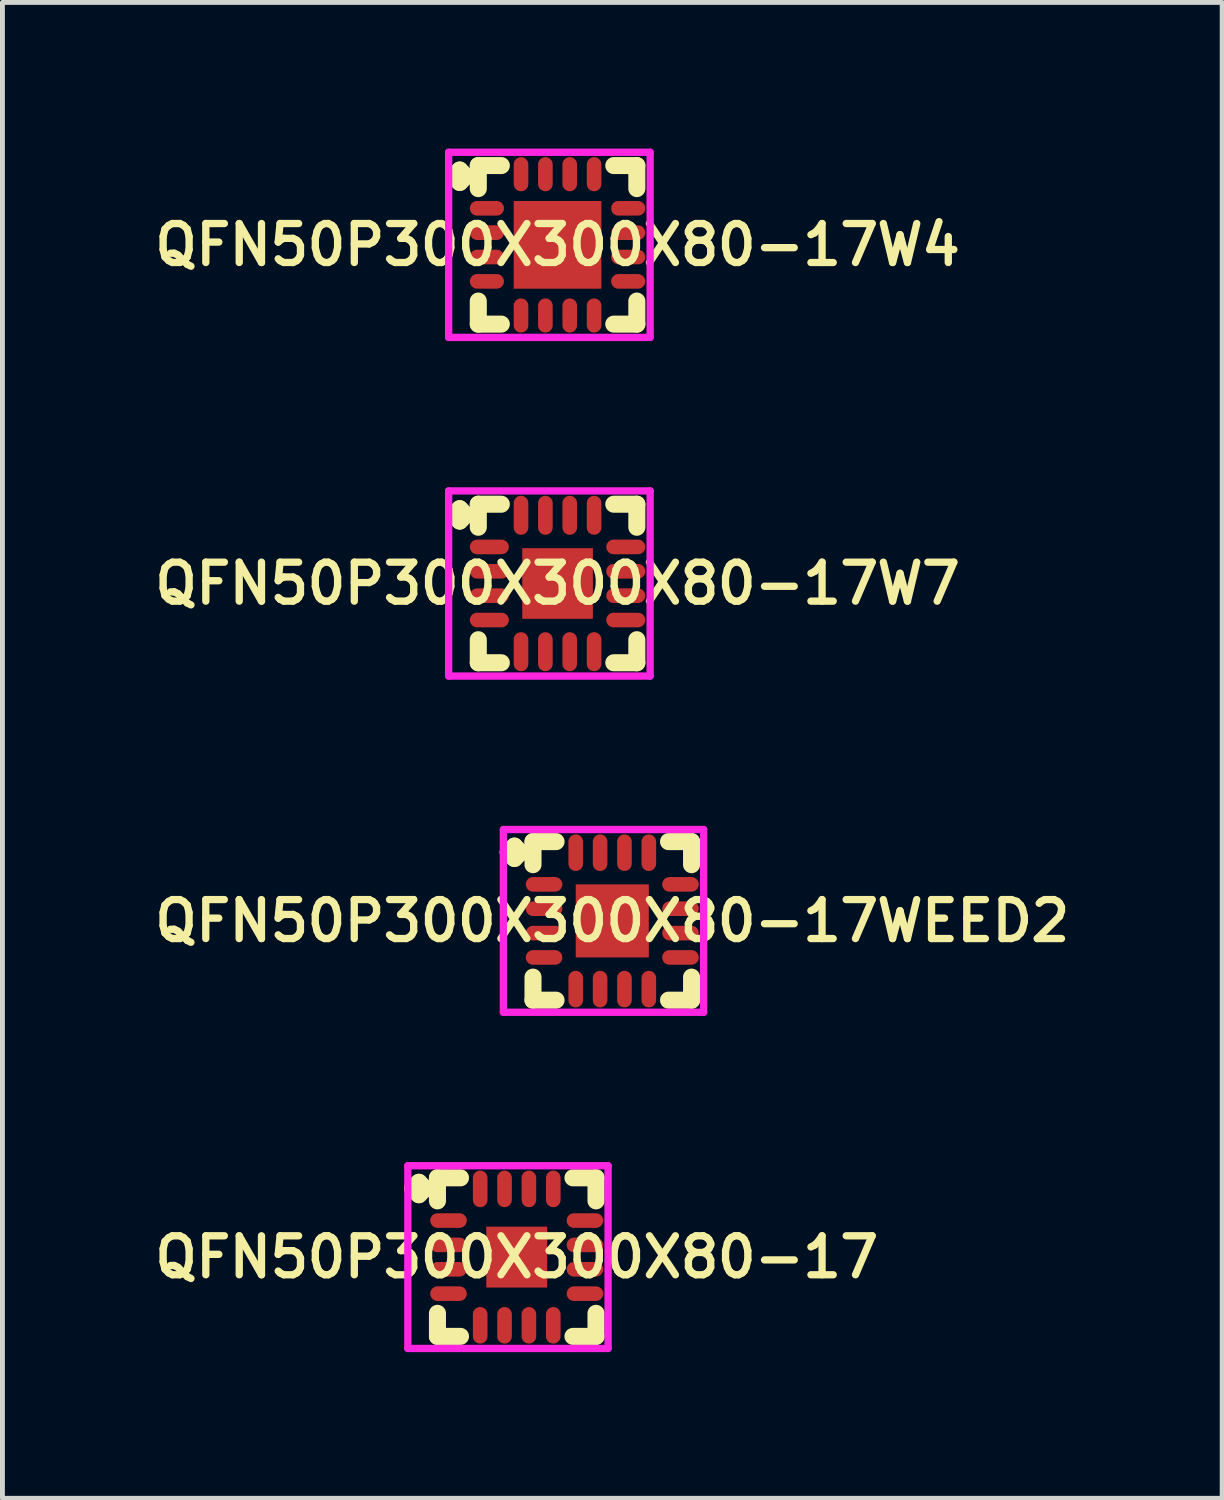
<source format=kicad_pcb>
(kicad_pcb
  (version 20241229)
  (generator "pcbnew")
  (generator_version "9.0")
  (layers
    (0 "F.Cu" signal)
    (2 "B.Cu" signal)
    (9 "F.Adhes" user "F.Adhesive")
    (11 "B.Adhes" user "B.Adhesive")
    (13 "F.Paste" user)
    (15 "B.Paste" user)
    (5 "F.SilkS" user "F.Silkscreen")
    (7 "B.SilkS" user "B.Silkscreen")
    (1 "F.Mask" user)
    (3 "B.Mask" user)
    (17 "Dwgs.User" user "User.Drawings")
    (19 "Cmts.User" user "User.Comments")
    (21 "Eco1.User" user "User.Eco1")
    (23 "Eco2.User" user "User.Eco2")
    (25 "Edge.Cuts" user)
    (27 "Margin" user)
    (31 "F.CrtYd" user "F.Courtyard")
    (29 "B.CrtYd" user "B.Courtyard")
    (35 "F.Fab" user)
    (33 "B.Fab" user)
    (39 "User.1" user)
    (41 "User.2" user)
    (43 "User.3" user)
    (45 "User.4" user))
  (footprint "QFN50P300X300X80-17W4"
    (layer "F.Cu")
    (at 8.393 1.975)
    (property "Reference" "QFN50P300X300X80-17W4" (at 0 0 0) (layer "F.SilkS") (effects (font (size 0.8 0.8) (thickness 0.15))))
    (attr smd)
    (fp_line (start -2.135 -1.408) (end -2.008 -1.535) (stroke (width 0.35) (type solid)) (layer "F.SilkS"))
    (fp_line (start -2.008 -1.535) (end -1.881 -1.408) (stroke (width 0.35) (type solid)) (layer "F.SilkS"))
    (fp_line (start -2.008 -1.281) (end -2.135 -1.408) (stroke (width 0.35) (type solid)) (layer "F.SilkS"))
    (fp_line (start -1.881 -1.408) (end -2.008 -1.281) (stroke (width 0.35) (type solid)) (layer "F.SilkS"))
    (fp_line (start -1.627 -1.627) (end -1.154 -1.627) (stroke (width 0.35) (type solid)) (layer "F.SilkS"))
    (fp_line (start -1.627 -1.154) (end -1.627 -1.627) (stroke (width 0.35) (type solid)) (layer "F.SilkS"))
    (fp_line (start -1.627 1.154) (end -1.627 1.627) (stroke (width 0.35) (type solid)) (layer "F.SilkS"))
    (fp_line (start -1.627 1.627) (end -1.154 1.627) (stroke (width 0.35) (type solid)) (layer "F.SilkS"))
    (fp_line (start 1.154 -1.627) (end 1.627 -1.627) (stroke (width 0.35) (type solid)) (layer "F.SilkS"))
    (fp_line (start 1.154 1.627) (end 1.627 1.627) (stroke (width 0.35) (type solid)) (layer "F.SilkS"))
    (fp_line (start 1.627 -1.627) (end 1.627 -1.154) (stroke (width 0.35) (type solid)) (layer "F.SilkS"))
    (fp_line (start 1.627 1.627) (end 1.627 1.154) (stroke (width 0.35) (type solid)) (layer "F.SilkS"))
    (fp_line (start -2.235 -1.9) (end 1.9 -1.9) (stroke (width 0.15) (type solid)) (layer "F.CrtYd"))
    (fp_line (start -2.235 1.9) (end -2.235 -1.9) (stroke (width 0.15) (type solid)) (layer "F.CrtYd"))
    (fp_line (start 1.9 -1.9) (end 1.9 1.9) (stroke (width 0.15) (type solid)) (layer "F.CrtYd"))
    (fp_line (start 1.9 1.9) (end -2.235 1.9) (stroke (width 0.15) (type solid)) (layer "F.CrtYd"))
    (pad "1" smd oval (at -1.45 -0.75) (size 0.7 0.3) (layers "F.Cu" "F.Mask" "F.Paste"))
    (pad "2" smd oval (at -1.45 -0.25) (size 0.7 0.3) (layers "F.Cu" "F.Mask" "F.Paste"))
    (pad "3" smd oval (at -1.45 0.25) (size 0.7 0.3) (layers "F.Cu" "F.Mask" "F.Paste"))
    (pad "4" smd oval (at -1.45 0.75) (size 0.7 0.3) (layers "F.Cu" "F.Mask" "F.Paste"))
    (pad "5" smd oval (at -0.75 1.45) (size 0.3 0.7) (layers "F.Cu" "F.Mask" "F.Paste"))
    (pad "6" smd oval (at -0.25 1.45) (size 0.3 0.7) (layers "F.Cu" "F.Mask" "F.Paste"))
    (pad "7" smd oval (at 0.25 1.45) (size 0.3 0.7) (layers "F.Cu" "F.Mask" "F.Paste"))
    (pad "8" smd oval (at 0.75 1.45) (size 0.3 0.7) (layers "F.Cu" "F.Mask" "F.Paste"))
    (pad "9" smd oval (at 1.45 0.75) (size 0.7 0.3) (layers "F.Cu" "F.Mask" "F.Paste"))
    (pad "10" smd oval (at 1.45 0.25) (size 0.7 0.3) (layers "F.Cu" "F.Mask" "F.Paste"))
    (pad "11" smd oval (at 1.45 -0.25) (size 0.7 0.3) (layers "F.Cu" "F.Mask" "F.Paste"))
    (pad "12" smd oval (at 1.45 -0.75) (size 0.7 0.3) (layers "F.Cu" "F.Mask" "F.Paste"))
    (pad "13" smd oval (at 0.75 -1.45) (size 0.3 0.7) (layers "F.Cu" "F.Mask" "F.Paste"))
    (pad "14" smd oval (at 0.25 -1.45) (size 0.3 0.7) (layers "F.Cu" "F.Mask" "F.Paste"))
    (pad "15" smd oval (at -0.25 -1.45) (size 0.3 0.7) (layers "F.Cu" "F.Mask" "F.Paste"))
    (pad "16" smd oval (at -0.75 -1.45) (size 0.3 0.7) (layers "F.Cu" "F.Mask" "F.Paste"))
    (pad "17" smd rect (at 0 0) (size 1.8 1.8) (layers "F.Cu" "F.Mask" "F.Paste")))
  (footprint "QFN50P300X300X80-17WEED2"
    (layer "F.Cu")
    (at 9.516 15.85)
    (property "Reference" "QFN50P300X300X80-17WEED2" (at 0 0 0) (layer "F.SilkS") (effects (font (size 0.8 0.8) (thickness 0.15))))
    (attr through_hole)
    (fp_line (start -2.135 -1.408) (end -2.008 -1.535) (stroke (width 0.35) (type solid)) (layer "F.SilkS"))
    (fp_line (start -2.008 -1.535) (end -1.881 -1.408) (stroke (width 0.35) (type solid)) (layer "F.SilkS"))
    (fp_line (start -2.008 -1.281) (end -2.135 -1.408) (stroke (width 0.35) (type solid)) (layer "F.SilkS"))
    (fp_line (start -1.881 -1.408) (end -2.008 -1.281) (stroke (width 0.35) (type solid)) (layer "F.SilkS"))
    (fp_line (start -1.627 -1.627) (end -1.154 -1.627) (stroke (width 0.35) (type solid)) (layer "F.SilkS"))
    (fp_line (start -1.627 -1.154) (end -1.627 -1.627) (stroke (width 0.35) (type solid)) (layer "F.SilkS"))
    (fp_line (start -1.627 1.154) (end -1.627 1.627) (stroke (width 0.35) (type solid)) (layer "F.SilkS"))
    (fp_line (start -1.627 1.627) (end -1.154 1.627) (stroke (width 0.35) (type solid)) (layer "F.SilkS"))
    (fp_line (start 1.154 -1.627) (end 1.627 -1.627) (stroke (width 0.35) (type solid)) (layer "F.SilkS"))
    (fp_line (start 1.154 1.627) (end 1.627 1.627) (stroke (width 0.35) (type solid)) (layer "F.SilkS"))
    (fp_line (start 1.627 -1.627) (end 1.627 -1.154) (stroke (width 0.35) (type solid)) (layer "F.SilkS"))
    (fp_line (start 1.627 1.627) (end 1.627 1.154) (stroke (width 0.35) (type solid)) (layer "F.SilkS"))
    (fp_line (start -2.235 -1.875) (end 1.875 -1.875) (stroke (width 0.15) (type solid)) (layer "F.CrtYd"))
    (fp_line (start -2.235 1.875) (end -2.235 -1.875) (stroke (width 0.15) (type solid)) (layer "F.CrtYd"))
    (fp_line (start 1.875 -1.875) (end 1.875 1.875) (stroke (width 0.15) (type solid)) (layer "F.CrtYd"))
    (fp_line (start 1.875 1.875) (end -2.235 1.875) (stroke (width 0.15) (type solid)) (layer "F.CrtYd"))
    (pad "1" smd oval (at -1.4 -0.75) (size 0.75 0.3) (layers "F.Cu" "F.Mask" "F.Paste"))
    (pad "2" smd oval (at -1.4 -0.25) (size 0.75 0.3) (layers "F.Cu" "F.Mask" "F.Paste"))
    (pad "3" smd oval (at -1.4 0.25) (size 0.75 0.3) (layers "F.Cu" "F.Mask" "F.Paste"))
    (pad "4" smd oval (at -1.4 0.75) (size 0.75 0.3) (layers "F.Cu" "F.Mask" "F.Paste"))
    (pad "5" smd oval (at -0.75 1.4) (size 0.3 0.75) (layers "F.Cu" "F.Mask" "F.Paste"))
    (pad "6" smd oval (at -0.25 1.4) (size 0.3 0.75) (layers "F.Cu" "F.Mask" "F.Paste"))
    (pad "7" smd oval (at 0.25 1.4) (size 0.3 0.75) (layers "F.Cu" "F.Mask" "F.Paste"))
    (pad "8" smd oval (at 0.75 1.4) (size 0.3 0.75) (layers "F.Cu" "F.Mask" "F.Paste"))
    (pad "9" smd oval (at 1.4 0.75) (size 0.75 0.3) (layers "F.Cu" "F.Mask" "F.Paste"))
    (pad "10" smd oval (at 1.4 0.25) (size 0.75 0.3) (layers "F.Cu" "F.Mask" "F.Paste"))
    (pad "11" smd oval (at 1.4 -0.25) (size 0.75 0.3) (layers "F.Cu" "F.Mask" "F.Paste"))
    (pad "12" smd oval (at 1.4 -0.75) (size 0.75 0.3) (layers "F.Cu" "F.Mask" "F.Paste"))
    (pad "13" smd oval (at 0.75 -1.4) (size 0.3 0.75) (layers "F.Cu" "F.Mask" "F.Paste"))
    (pad "14" smd oval (at 0.25 -1.4) (size 0.3 0.75) (layers "F.Cu" "F.Mask" "F.Paste"))
    (pad "15" smd oval (at -0.25 -1.4) (size 0.3 0.75) (layers "F.Cu" "F.Mask" "F.Paste"))
    (pad "16" smd oval (at -0.75 -1.4) (size 0.3 0.75) (layers "F.Cu" "F.Mask" "F.Paste"))
    (pad "17" smd rect (at 0 0) (size 1.5 1.5) (layers "F.Cu" "F.Mask" "F.Paste")))
  (footprint "QFN50P300X300X80-17W7"
    (layer "F.Cu")
    (at 8.393 8.925)
    (property "Reference" "QFN50P300X300X80-17W7" (at 0 0 0) (layer "F.SilkS") (effects (font (size 0.8 0.8) (thickness 0.15))))
    (attr smd)
    (fp_line (start -2.135 -1.408) (end -2.008 -1.535) (stroke (width 0.35) (type solid)) (layer "F.SilkS"))
    (fp_line (start -2.008 -1.535) (end -1.881 -1.408) (stroke (width 0.35) (type solid)) (layer "F.SilkS"))
    (fp_line (start -2.008 -1.281) (end -2.135 -1.408) (stroke (width 0.35) (type solid)) (layer "F.SilkS"))
    (fp_line (start -1.881 -1.408) (end -2.008 -1.281) (stroke (width 0.35) (type solid)) (layer "F.SilkS"))
    (fp_line (start -1.627 -1.627) (end -1.154 -1.627) (stroke (width 0.35) (type solid)) (layer "F.SilkS"))
    (fp_line (start -1.627 -1.154) (end -1.627 -1.627) (stroke (width 0.35) (type solid)) (layer "F.SilkS"))
    (fp_line (start -1.627 1.154) (end -1.627 1.627) (stroke (width 0.35) (type solid)) (layer "F.SilkS"))
    (fp_line (start -1.627 1.627) (end -1.154 1.627) (stroke (width 0.35) (type solid)) (layer "F.SilkS"))
    (fp_line (start 1.154 -1.627) (end 1.627 -1.627) (stroke (width 0.35) (type solid)) (layer "F.SilkS"))
    (fp_line (start 1.154 1.627) (end 1.627 1.627) (stroke (width 0.35) (type solid)) (layer "F.SilkS"))
    (fp_line (start 1.627 -1.627) (end 1.627 -1.154) (stroke (width 0.35) (type solid)) (layer "F.SilkS"))
    (fp_line (start 1.627 1.627) (end 1.627 1.154) (stroke (width 0.35) (type solid)) (layer "F.SilkS"))
    (fp_line (start -2.235 -1.9) (end 1.9 -1.9) (stroke (width 0.15) (type solid)) (layer "F.CrtYd"))
    (fp_line (start -2.235 1.9) (end -2.235 -1.9) (stroke (width 0.15) (type solid)) (layer "F.CrtYd"))
    (fp_line (start 1.9 -1.9) (end 1.9 1.9) (stroke (width 0.15) (type solid)) (layer "F.CrtYd"))
    (fp_line (start 1.9 1.9) (end -2.235 1.9) (stroke (width 0.15) (type solid)) (layer "F.CrtYd"))
    (pad "1" smd oval (at -1.4 -0.75) (size 0.8 0.3) (layers "F.Cu" "F.Mask" "F.Paste"))
    (pad "2" smd oval (at -1.4 -0.25) (size 0.8 0.3) (layers "F.Cu" "F.Mask" "F.Paste"))
    (pad "3" smd oval (at -1.4 0.25) (size 0.8 0.3) (layers "F.Cu" "F.Mask" "F.Paste"))
    (pad "4" smd oval (at -1.4 0.75) (size 0.8 0.3) (layers "F.Cu" "F.Mask" "F.Paste"))
    (pad "5" smd oval (at -0.75 1.4) (size 0.3 0.8) (layers "F.Cu" "F.Mask" "F.Paste"))
    (pad "6" smd oval (at -0.25 1.4) (size 0.3 0.8) (layers "F.Cu" "F.Mask" "F.Paste"))
    (pad "7" smd oval (at 0.25 1.4) (size 0.3 0.8) (layers "F.Cu" "F.Mask" "F.Paste"))
    (pad "8" smd oval (at 0.75 1.4) (size 0.3 0.8) (layers "F.Cu" "F.Mask" "F.Paste"))
    (pad "9" smd oval (at 1.4 0.75) (size 0.8 0.3) (layers "F.Cu" "F.Mask" "F.Paste"))
    (pad "10" smd oval (at 1.4 0.25) (size 0.8 0.3) (layers "F.Cu" "F.Mask" "F.Paste"))
    (pad "11" smd oval (at 1.4 -0.25) (size 0.8 0.3) (layers "F.Cu" "F.Mask" "F.Paste"))
    (pad "12" smd oval (at 1.4 -0.75) (size 0.8 0.3) (layers "F.Cu" "F.Mask" "F.Paste"))
    (pad "13" smd oval (at 0.75 -1.4) (size 0.3 0.8) (layers "F.Cu" "F.Mask" "F.Paste"))
    (pad "14" smd oval (at 0.25 -1.4) (size 0.3 0.8) (layers "F.Cu" "F.Mask" "F.Paste"))
    (pad "15" smd oval (at -0.25 -1.4) (size 0.3 0.8) (layers "F.Cu" "F.Mask" "F.Paste"))
    (pad "16" smd oval (at -0.75 -1.4) (size 0.3 0.8) (layers "F.Cu" "F.Mask" "F.Paste"))
    (pad "17" smd rect (at 0 0) (size 1.45 1.45) (layers "F.Cu" "F.Mask" "F.Paste")))
  (footprint "QFN50P300X300X80-17"
    (layer "F.Cu")
    (at 7.555 22.75)
    (property "Reference" "QFN50P300X300X80-17" (at 0 0 0) (layer "F.SilkS") (effects (font (size 0.8 0.8) (thickness 0.15))))
    (attr smd)
    (fp_line (start -2.135 -1.408) (end -2.008 -1.535) (stroke (width 0.35) (type solid)) (layer "F.SilkS"))
    (fp_line (start -2.008 -1.535) (end -1.881 -1.408) (stroke (width 0.35) (type solid)) (layer "F.SilkS"))
    (fp_line (start -2.008 -1.281) (end -2.135 -1.408) (stroke (width 0.35) (type solid)) (layer "F.SilkS"))
    (fp_line (start -1.881 -1.408) (end -2.008 -1.281) (stroke (width 0.35) (type solid)) (layer "F.SilkS"))
    (fp_line (start -1.627 -1.627) (end -1.154 -1.627) (stroke (width 0.35) (type solid)) (layer "F.SilkS"))
    (fp_line (start -1.627 -1.154) (end -1.627 -1.627) (stroke (width 0.35) (type solid)) (layer "F.SilkS"))
    (fp_line (start -1.627 1.154) (end -1.627 1.627) (stroke (width 0.35) (type solid)) (layer "F.SilkS"))
    (fp_line (start -1.627 1.627) (end -1.154 1.627) (stroke (width 0.35) (type solid)) (layer "F.SilkS"))
    (fp_line (start 1.154 -1.627) (end 1.627 -1.627) (stroke (width 0.35) (type solid)) (layer "F.SilkS"))
    (fp_line (start 1.154 1.627) (end 1.627 1.627) (stroke (width 0.35) (type solid)) (layer "F.SilkS"))
    (fp_line (start 1.627 -1.627) (end 1.627 -1.154) (stroke (width 0.35) (type solid)) (layer "F.SilkS"))
    (fp_line (start 1.627 1.627) (end 1.627 1.154) (stroke (width 0.35) (type solid)) (layer "F.SilkS"))
    (fp_line (start -2.235 -1.875) (end 1.875 -1.875) (stroke (width 0.15) (type solid)) (layer "F.CrtYd"))
    (fp_line (start -2.235 1.875) (end -2.235 -1.875) (stroke (width 0.15) (type solid)) (layer "F.CrtYd"))
    (fp_line (start 1.875 -1.875) (end 1.875 1.875) (stroke (width 0.15) (type solid)) (layer "F.CrtYd"))
    (fp_line (start 1.875 1.875) (end -2.235 1.875) (stroke (width 0.15) (type solid)) (layer "F.CrtYd"))
    (pad "1" smd oval (at -1.4 -0.75) (size 0.75 0.3) (layers "F.Cu" "F.Mask" "F.Paste"))
    (pad "2" smd oval (at -1.4 -0.25) (size 0.75 0.3) (layers "F.Cu" "F.Mask" "F.Paste"))
    (pad "3" smd oval (at -1.4 0.25) (size 0.75 0.3) (layers "F.Cu" "F.Mask" "F.Paste"))
    (pad "4" smd oval (at -1.4 0.75) (size 0.75 0.3) (layers "F.Cu" "F.Mask" "F.Paste"))
    (pad "5" smd oval (at -0.75 1.4) (size 0.3 0.75) (layers "F.Cu" "F.Mask" "F.Paste"))
    (pad "6" smd oval (at -0.25 1.4) (size 0.3 0.75) (layers "F.Cu" "F.Mask" "F.Paste"))
    (pad "7" smd oval (at 0.25 1.4) (size 0.3 0.75) (layers "F.Cu" "F.Mask" "F.Paste"))
    (pad "8" smd oval (at 0.75 1.4) (size 0.3 0.75) (layers "F.Cu" "F.Mask" "F.Paste"))
    (pad "9" smd oval (at 1.4 0.75) (size 0.75 0.3) (layers "F.Cu" "F.Mask" "F.Paste"))
    (pad "10" smd oval (at 1.4 0.25) (size 0.75 0.3) (layers "F.Cu" "F.Mask" "F.Paste"))
    (pad "11" smd oval (at 1.4 -0.25) (size 0.75 0.3) (layers "F.Cu" "F.Mask" "F.Paste"))
    (pad "12" smd oval (at 1.4 -0.75) (size 0.75 0.3) (layers "F.Cu" "F.Mask" "F.Paste"))
    (pad "13" smd oval (at 0.75 -1.4) (size 0.3 0.75) (layers "F.Cu" "F.Mask" "F.Paste"))
    (pad "14" smd oval (at 0.25 -1.4) (size 0.3 0.75) (layers "F.Cu" "F.Mask" "F.Paste"))
    (pad "15" smd oval (at -0.25 -1.4) (size 0.3 0.75) (layers "F.Cu" "F.Mask" "F.Paste"))
    (pad "16" smd oval (at -0.75 -1.4) (size 0.3 0.75) (layers "F.Cu" "F.Mask" "F.Paste"))
    (pad "17" smd rect (at 0 0) (size 1.25 1.25) (layers "F.Cu" "F.Mask" "F.Paste")))
  (gr_rect
    (start -3 -3)
    (end 22.033 27.7)
    (stroke (width 0.1) (type default))
    (fill no)
    (layer "Edge.Cuts")))
</source>
